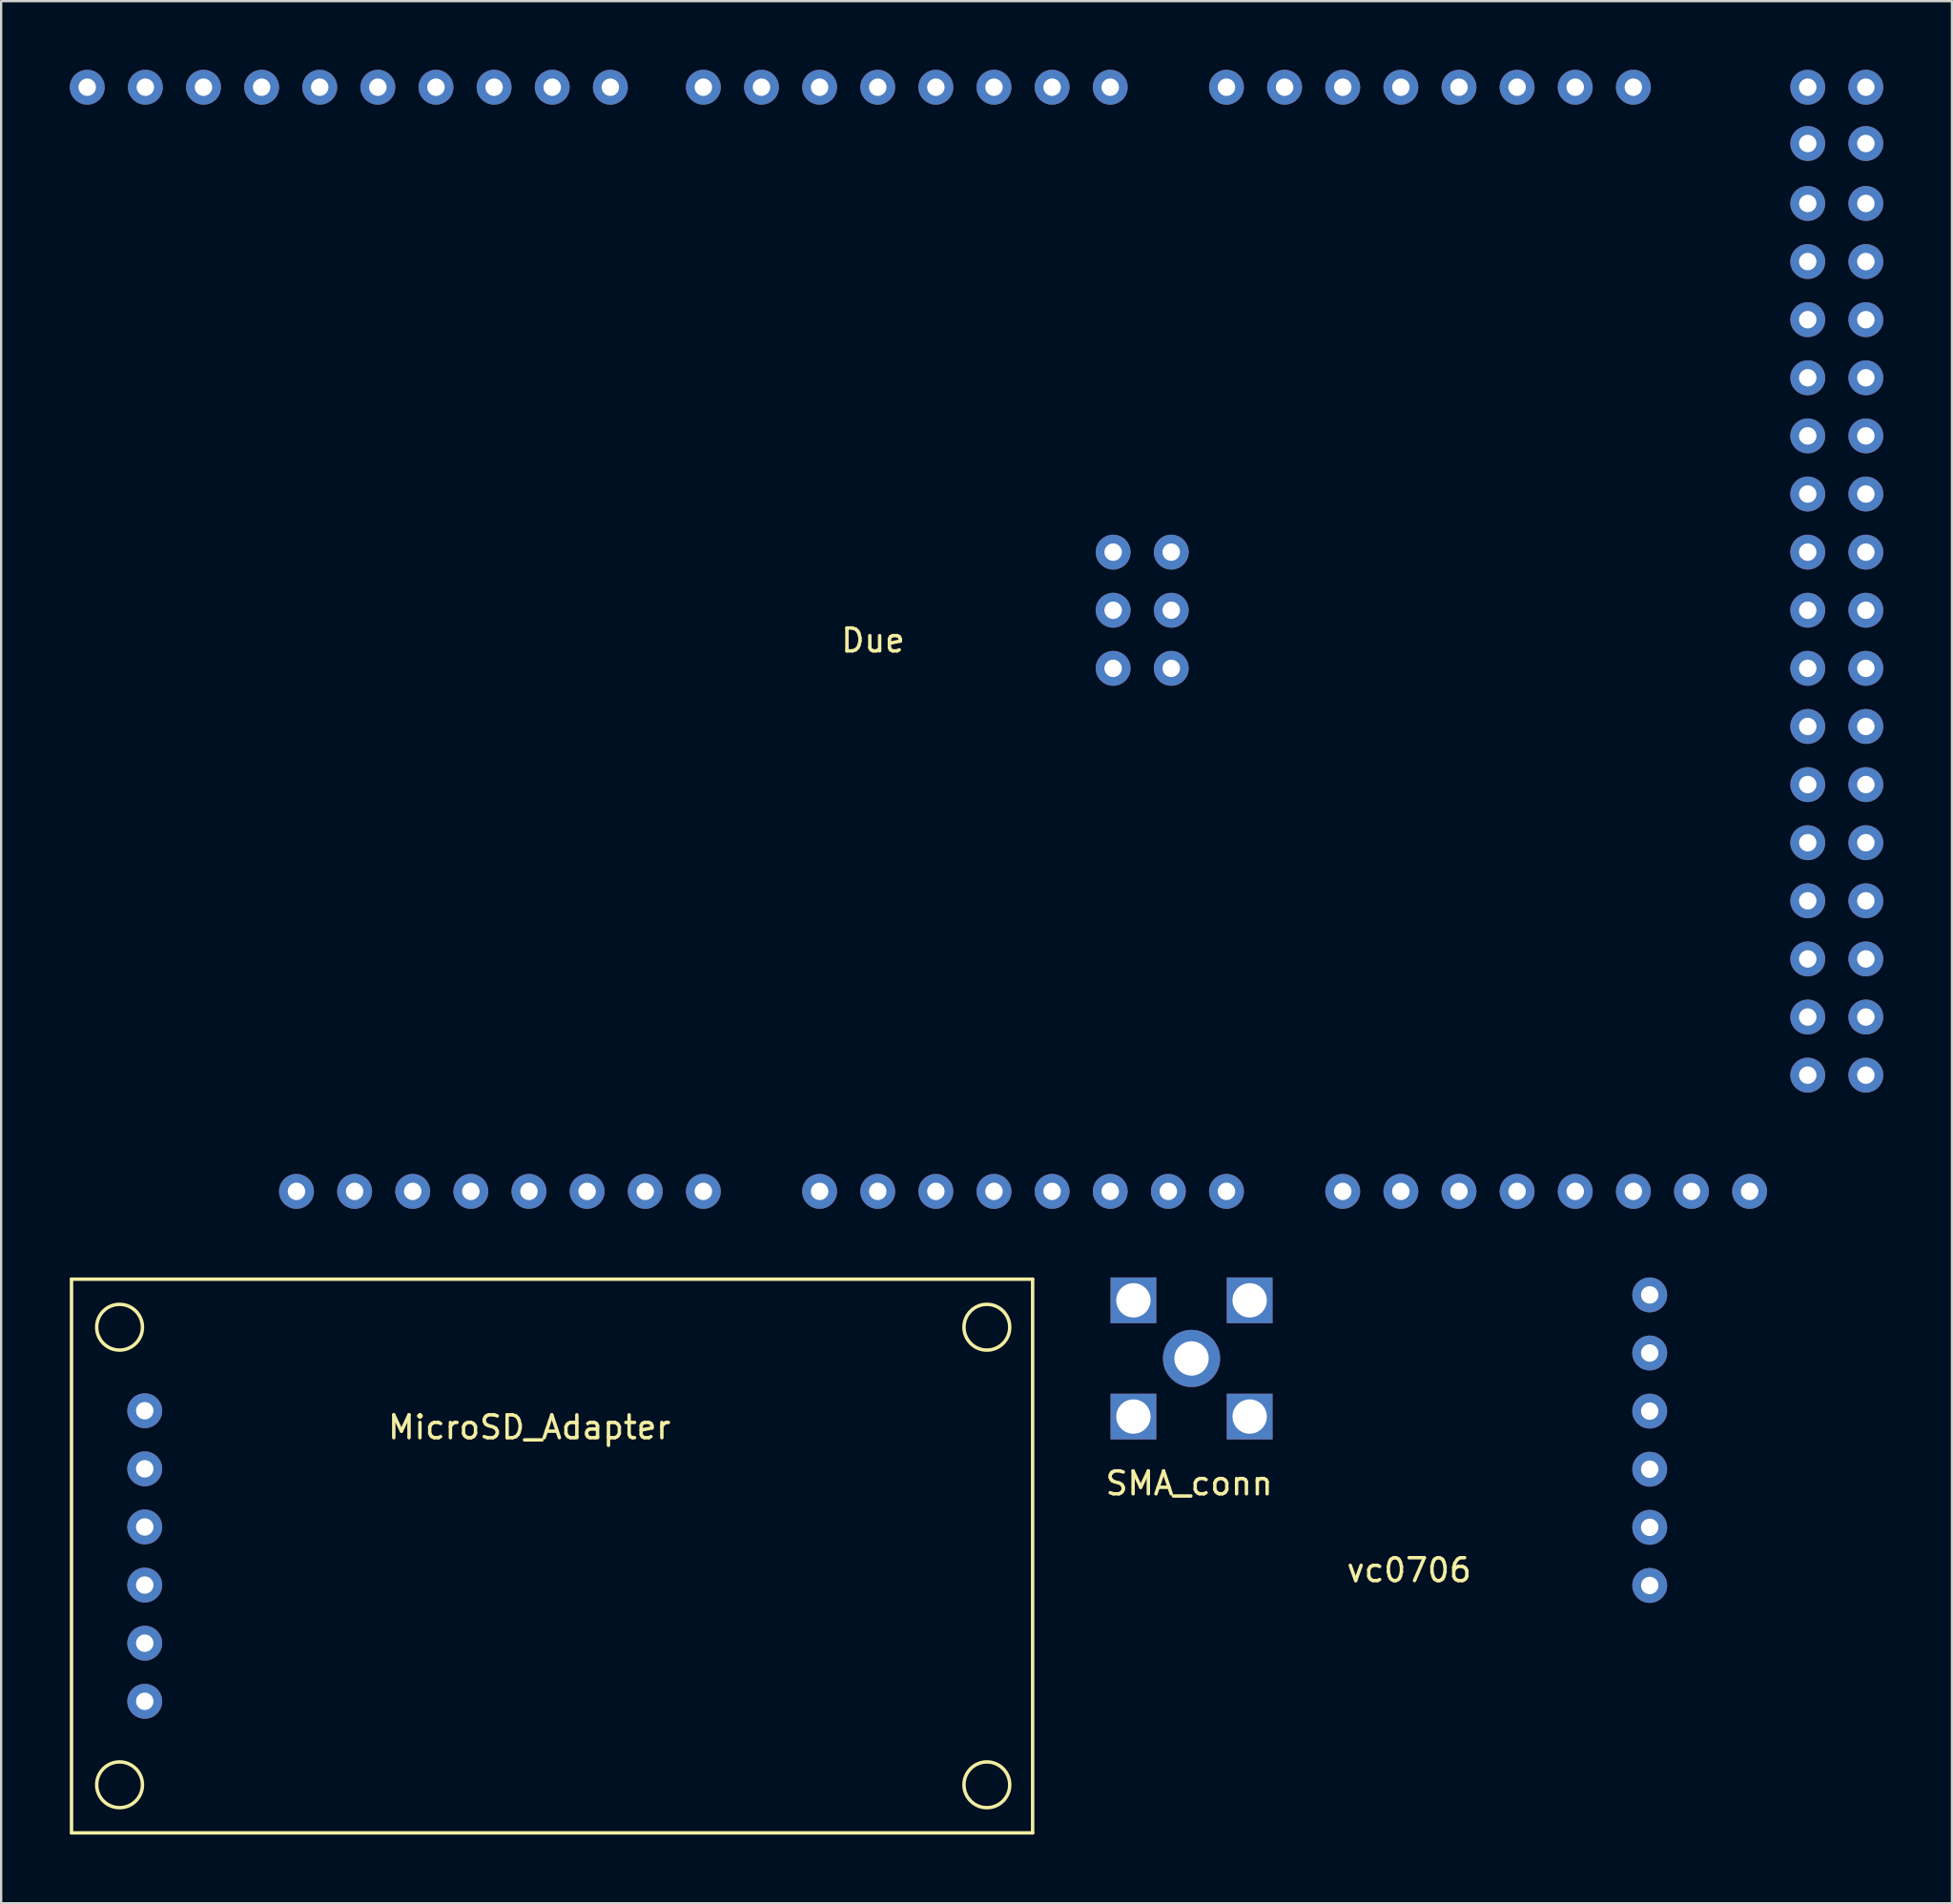
<source format=kicad_pcb>
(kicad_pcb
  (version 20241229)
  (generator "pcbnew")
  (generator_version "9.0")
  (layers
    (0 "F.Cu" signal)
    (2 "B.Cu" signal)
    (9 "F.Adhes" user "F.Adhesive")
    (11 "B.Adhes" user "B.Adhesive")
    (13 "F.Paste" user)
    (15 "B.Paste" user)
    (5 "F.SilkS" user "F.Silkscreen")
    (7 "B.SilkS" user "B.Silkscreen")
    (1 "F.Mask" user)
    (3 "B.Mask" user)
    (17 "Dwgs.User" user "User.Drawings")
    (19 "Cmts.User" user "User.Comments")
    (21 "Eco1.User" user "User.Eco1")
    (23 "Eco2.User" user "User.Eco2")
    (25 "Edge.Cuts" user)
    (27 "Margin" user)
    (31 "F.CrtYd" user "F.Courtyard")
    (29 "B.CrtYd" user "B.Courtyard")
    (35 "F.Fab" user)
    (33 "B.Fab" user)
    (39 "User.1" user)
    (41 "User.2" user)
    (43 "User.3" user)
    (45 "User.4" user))
  (footprint "Due"
    (layer "F.Cu")
    (at 46.863 23.622)
    (property "Reference" "Due" (at -11.76 1.321 0) (layer "F.SilkS") (effects (font (size 1 1) (thickness 0.15))))
    (attr through_hole)
    (pad "1" thru_hole circle (at -29.337 25.4) (size 1.524 1.524) (drill 0.762) (layers "*.Cu" "*.Mask"))
    (pad "2" thru_hole circle (at -26.797 25.4) (size 1.524 1.524) (drill 0.762) (layers "*.Cu" "*.Mask"))
    (pad "2" thru_hole circle (at 29.083 -22.86) (size 1.524 1.524) (drill 0.762) (layers "*.Cu" "*.Mask"))
    (pad "2" thru_hole circle (at 31.623 -22.86) (size 1.524 1.524) (drill 0.762) (layers "*.Cu" "*.Mask"))
    (pad "3" thru_hole circle (at -38.481 -22.86) (size 1.524 1.524) (drill 0.762) (layers "*.Cu" "*.Mask"))
    (pad "3" thru_hole circle (at -24.257 25.4) (size 1.524 1.524) (drill 0.762) (layers "*.Cu" "*.Mask"))
    (pad "3" thru_hole circle (at -21.717 25.4) (size 1.524 1.524) (drill 0.762) (layers "*.Cu" "*.Mask"))
    (pad "3" thru_hole circle (at 29.083 20.32) (size 1.524 1.524) (drill 0.762) (layers "*.Cu" "*.Mask"))
    (pad "3" thru_hole circle (at 31.623 20.32) (size 1.524 1.524) (drill 0.762) (layers "*.Cu" "*.Mask"))
    (pad "4" thru_hole circle (at -1.27 -2.54) (size 1.524 1.524) (drill 0.762) (layers "*.Cu" "*.Mask"))
    (pad "5" thru_hole circle (at 1.27 0) (size 1.524 1.524) (drill 0.762) (layers "*.Cu" "*.Mask"))
    (pad "6" thru_hole circle (at -1.27 0) (size 1.524 1.524) (drill 0.762) (layers "*.Cu" "*.Mask"))
    (pad "7" thru_hole circle (at 16.383 -22.86) (size 1.524 1.524) (drill 0.762) (layers "*.Cu" "*.Mask"))
    (pad "8" thru_hole circle (at 13.843 -22.86) (size 1.524 1.524) (drill 0.762) (layers "*.Cu" "*.Mask"))
    (pad "9" thru_hole circle (at 11.303 -22.86) (size 1.524 1.524) (drill 0.762) (layers "*.Cu" "*.Mask"))
    (pad "10" thru_hole circle (at 8.763 -22.86) (size 1.524 1.524) (drill 0.762) (layers "*.Cu" "*.Mask"))
    (pad "11" thru_hole circle (at 6.223 -22.86) (size 1.524 1.524) (drill 0.762) (layers "*.Cu" "*.Mask"))
    (pad "12" thru_hole circle (at 3.683 -22.86) (size 1.524 1.524) (drill 0.762) (layers "*.Cu" "*.Mask"))
    (pad "13" thru_hole circle (at 31.623 17.78) (size 1.524 1.524) (drill 0.762) (layers "*.Cu" "*.Mask"))
    (pad "14" thru_hole circle (at 31.623 15.24) (size 1.524 1.524) (drill 0.762) (layers "*.Cu" "*.Mask"))
    (pad "15" thru_hole circle (at 31.623 12.7) (size 1.524 1.524) (drill 0.762) (layers "*.Cu" "*.Mask"))
    (pad "16" thru_hole circle (at 31.623 10.16) (size 1.524 1.524) (drill 0.762) (layers "*.Cu" "*.Mask"))
    (pad "17" thru_hole circle (at 31.623 7.62) (size 1.524 1.524) (drill 0.762) (layers "*.Cu" "*.Mask"))
    (pad "18" thru_hole circle (at 31.623 5.08) (size 1.524 1.524) (drill 0.762) (layers "*.Cu" "*.Mask"))
    (pad "19" thru_hole circle (at 31.623 2.54) (size 1.524 1.524) (drill 0.762) (layers "*.Cu" "*.Mask"))
    (pad "20" thru_hole circle (at 31.623 0) (size 1.524 1.524) (drill 0.762) (layers "*.Cu" "*.Mask"))
    (pad "21" thru_hole circle (at -6.477 -22.86) (size 1.524 1.524) (drill 0.762) (layers "*.Cu" "*.Mask"))
    (pad "22" thru_hole circle (at 31.623 -2.54) (size 1.524 1.524) (drill 0.762) (layers "*.Cu" "*.Mask"))
    (pad "23" thru_hole circle (at 18.923 -22.86) (size 1.524 1.524) (drill 0.762) (layers "*.Cu" "*.Mask"))
    (pad "24" thru_hole circle (at 21.463 -22.86) (size 1.524 1.524) (drill 0.762) (layers "*.Cu" "*.Mask"))
    (pad "~" thru_hole circle (at -46.101 -22.86) (size 1.524 1.524) (drill 0.762) (layers "*.Cu" "*.Mask"))
    (pad "~" thru_hole circle (at -43.561 -22.86) (size 1.524 1.524) (drill 0.762) (layers "*.Cu" "*.Mask"))
    (pad "~" thru_hole circle (at -41.021 -22.86) (size 1.524 1.524) (drill 0.762) (layers "*.Cu" "*.Mask"))
    (pad "~" thru_hole circle (at -36.957 25.4 90) (size 1.524 1.524) (drill 0.762) (layers "*.Cu" "*.Mask"))
    (pad "~" thru_hole circle (at -35.941 -22.86) (size 1.524 1.524) (drill 0.762) (layers "*.Cu" "*.Mask"))
    (pad "~" thru_hole circle (at -34.417 25.4) (size 1.524 1.524) (drill 0.762) (layers "*.Cu" "*.Mask"))
    (pad "~" thru_hole circle (at -33.401 -22.86) (size 1.524 1.524) (drill 0.762) (layers "*.Cu" "*.Mask"))
    (pad "~" thru_hole circle (at -31.877 25.4) (size 1.524 1.524) (drill 0.762) (layers "*.Cu" "*.Mask"))
    (pad "~" thru_hole circle (at -30.861 -22.86) (size 1.524 1.524) (drill 0.762) (layers "*.Cu" "*.Mask"))
    (pad "~" thru_hole circle (at -28.321 -22.86) (size 1.524 1.524) (drill 0.762) (layers "*.Cu" "*.Mask"))
    (pad "~" thru_hole circle (at -25.781 -22.86) (size 1.524 1.524) (drill 0.762) (layers "*.Cu" "*.Mask"))
    (pad "~" thru_hole circle (at -23.241 -22.86) (size 1.524 1.524) (drill 0.762) (layers "*.Cu" "*.Mask"))
    (pad "~" thru_hole circle (at -19.177 -22.86) (size 1.524 1.524) (drill 0.762) (layers "*.Cu" "*.Mask"))
    (pad "~" thru_hole circle (at -19.177 25.4) (size 1.524 1.524) (drill 0.762) (layers "*.Cu" "*.Mask"))
    (pad "~" thru_hole circle (at -16.637 -22.86) (size 1.524 1.524) (drill 0.762) (layers "*.Cu" "*.Mask"))
    (pad "~" thru_hole circle (at -14.097 -22.86) (size 1.524 1.524) (drill 0.762) (layers "*.Cu" "*.Mask"))
    (pad "~" thru_hole circle (at -14.097 25.4 90) (size 1.524 1.524) (drill 0.762) (layers "*.Cu" "*.Mask"))
    (pad "~" thru_hole circle (at -11.557 -22.86) (size 1.524 1.524) (drill 0.762) (layers "*.Cu" "*.Mask"))
    (pad "~" thru_hole circle (at -11.557 25.4) (size 1.524 1.524) (drill 0.762) (layers "*.Cu" "*.Mask"))
    (pad "~" thru_hole circle (at -9.017 -22.86) (size 1.524 1.524) (drill 0.762) (layers "*.Cu" "*.Mask"))
    (pad "~" thru_hole circle (at -9.017 25.4) (size 1.524 1.524) (drill 0.762) (layers "*.Cu" "*.Mask"))
    (pad "~" thru_hole circle (at -6.477 25.4) (size 1.524 1.524) (drill 0.762) (layers "*.Cu" "*.Mask"))
    (pad "~" thru_hole circle (at -3.937 -22.86) (size 1.524 1.524) (drill 0.762) (layers "*.Cu" "*.Mask"))
    (pad "~" thru_hole circle (at -3.937 25.4) (size 1.524 1.524) (drill 0.762) (layers "*.Cu" "*.Mask"))
    (pad "~" thru_hole circle (at -1.397 -22.86) (size 1.524 1.524) (drill 0.762) (layers "*.Cu" "*.Mask"))
    (pad "~" thru_hole circle (at -1.397 25.4) (size 1.524 1.524) (drill 0.762) (layers "*.Cu" "*.Mask"))
    (pad "~" thru_hole circle (at -1.27 2.54) (size 1.524 1.524) (drill 0.762) (layers "*.Cu" "*.Mask"))
    (pad "~" thru_hole circle (at 1.143 25.4) (size 1.524 1.524) (drill 0.762) (layers "*.Cu" "*.Mask"))
    (pad "~" thru_hole circle (at 1.27 -2.54) (size 1.524 1.524) (drill 0.762) (layers "*.Cu" "*.Mask"))
    (pad "~" thru_hole circle (at 1.27 2.54) (size 1.524 1.524) (drill 0.762) (layers "*.Cu" "*.Mask"))
    (pad "~" thru_hole circle (at 3.683 25.4) (size 1.524 1.524) (drill 0.762) (layers "*.Cu" "*.Mask"))
    (pad "~" thru_hole circle (at 8.763 25.4 90) (size 1.524 1.524) (drill 0.762) (layers "*.Cu" "*.Mask"))
    (pad "~" thru_hole circle (at 11.303 25.4) (size 1.524 1.524) (drill 0.762) (layers "*.Cu" "*.Mask"))
    (pad "~" thru_hole circle (at 13.843 25.4) (size 1.524 1.524) (drill 0.762) (layers "*.Cu" "*.Mask"))
    (pad "~" thru_hole circle (at 16.383 25.4) (size 1.524 1.524) (drill 0.762) (layers "*.Cu" "*.Mask"))
    (pad "~" thru_hole circle (at 18.923 25.4) (size 1.524 1.524) (drill 0.762) (layers "*.Cu" "*.Mask"))
    (pad "~" thru_hole circle (at 21.463 25.4) (size 1.524 1.524) (drill 0.762) (layers "*.Cu" "*.Mask"))
    (pad "~" thru_hole circle (at 24.003 25.4) (size 1.524 1.524) (drill 0.762) (layers "*.Cu" "*.Mask"))
    (pad "~" thru_hole circle (at 26.543 25.4) (size 1.524 1.524) (drill 0.762) (layers "*.Cu" "*.Mask"))
    (pad "~" thru_hole circle (at 29.083 -20.4) (size 1.524 1.524) (drill 0.762) (layers "*.Cu" "*.Mask"))
    (pad "~" thru_hole circle (at 29.083 -17.78) (size 1.524 1.524) (drill 0.762) (layers "*.Cu" "*.Mask"))
    (pad "~" thru_hole circle (at 29.083 -15.24) (size 1.524 1.524) (drill 0.762) (layers "*.Cu" "*.Mask"))
    (pad "~" thru_hole circle (at 29.083 -12.7) (size 1.524 1.524) (drill 0.762) (layers "*.Cu" "*.Mask"))
    (pad "~" thru_hole circle (at 29.083 -10.16) (size 1.524 1.524) (drill 0.762) (layers "*.Cu" "*.Mask"))
    (pad "~" thru_hole circle (at 29.083 -7.62) (size 1.524 1.524) (drill 0.762) (layers "*.Cu" "*.Mask"))
    (pad "~" thru_hole circle (at 29.083 -5.08) (size 1.524 1.524) (drill 0.762) (layers "*.Cu" "*.Mask"))
    (pad "~" thru_hole circle (at 29.083 -2.54) (size 1.524 1.524) (drill 0.762) (layers "*.Cu" "*.Mask"))
    (pad "~" thru_hole circle (at 29.083 0) (size 1.524 1.524) (drill 0.762) (layers "*.Cu" "*.Mask"))
    (pad "~" thru_hole circle (at 29.083 2.54) (size 1.524 1.524) (drill 0.762) (layers "*.Cu" "*.Mask"))
    (pad "~" thru_hole circle (at 29.083 5.08) (size 1.524 1.524) (drill 0.762) (layers "*.Cu" "*.Mask"))
    (pad "~" thru_hole circle (at 29.083 7.62) (size 1.524 1.524) (drill 0.762) (layers "*.Cu" "*.Mask"))
    (pad "~" thru_hole circle (at 29.083 10.16) (size 1.524 1.524) (drill 0.762) (layers "*.Cu" "*.Mask"))
    (pad "~" thru_hole circle (at 29.083 12.7) (size 1.524 1.524) (drill 0.762) (layers "*.Cu" "*.Mask"))
    (pad "~" thru_hole circle (at 29.083 15.24) (size 1.524 1.524) (drill 0.762) (layers "*.Cu" "*.Mask"))
    (pad "~" thru_hole circle (at 29.083 17.78) (size 1.524 1.524) (drill 0.762) (layers "*.Cu" "*.Mask"))
    (pad "~" thru_hole circle (at 31.623 -20.4) (size 1.524 1.524) (drill 0.762) (layers "*.Cu" "*.Mask"))
    (pad "~" thru_hole circle (at 31.623 -17.78) (size 1.524 1.524) (drill 0.762) (layers "*.Cu" "*.Mask"))
    (pad "~" thru_hole circle (at 31.623 -15.24) (size 1.524 1.524) (drill 0.762) (layers "*.Cu" "*.Mask"))
    (pad "~" thru_hole circle (at 31.623 -12.7) (size 1.524 1.524) (drill 0.762) (layers "*.Cu" "*.Mask"))
    (pad "~" thru_hole circle (at 31.623 -10.16) (size 1.524 1.524) (drill 0.762) (layers "*.Cu" "*.Mask"))
    (pad "~" thru_hole circle (at 31.623 -7.62) (size 1.524 1.524) (drill 0.762) (layers "*.Cu" "*.Mask"))
    (pad "~" thru_hole circle (at 31.623 -5.08) (size 1.524 1.524) (drill 0.762) (layers "*.Cu" "*.Mask")))
  (footprint "vc0706"
    (layer "F.Cu")
    (at 69.041 59.896)
    (property "Reference" "vc0706" (at -10.516 5.682 0) (layer "F.SilkS") (effects (font (size 1 1) (thickness 0.15))))
    (attr through_hole)
    (pad "1" thru_hole circle (at 0 -1.27) (size 1.524 1.524) (drill 0.762) (layers "*.Cu" "*.Mask"))
    (pad "2" thru_hole circle (at 0 -3.81) (size 1.524 1.524) (drill 0.762) (layers "*.Cu" "*.Mask"))
    (pad "3" thru_hole circle (at 0 -6.35) (size 1.524 1.524) (drill 0.762) (layers "*.Cu" "*.Mask"))
    (pad "4" thru_hole circle (at 0 1.27) (size 1.524 1.524) (drill 0.762) (layers "*.Cu" "*.Mask"))
    (pad "5" thru_hole circle (at 0 3.81) (size 1.524 1.524) (drill 0.762) (layers "*.Cu" "*.Mask"))
    (pad "6" thru_hole circle (at 0 6.35) (size 1.524 1.524) (drill 0.762) (layers "*.Cu" "*.Mask")))
  (footprint "MicroSD_Adapter"
    (layer "F.Cu")
    (at 20.175 64.959)
    (property "Reference" "MicroSD_Adapter" (at -0.089 -5.626 0) (layer "F.SilkS") (effects (font (size 1 1) (thickness 0.15))))
    (attr through_hole)
    (fp_line (start -20.1 -12.1) (end -20.1 12.1) (stroke (width 0.15) (type solid)) (layer "F.SilkS"))
    (fp_line (start -20.1 -12.1) (end 21.9 -12.1) (stroke (width 0.15) (type solid)) (layer "F.SilkS"))
    (fp_line (start -20.1 12.1) (end 21.9 12.1) (stroke (width 0.15) (type solid)) (layer "F.SilkS"))
    (fp_line (start 21.9 -12.1) (end 21.9 12.1) (stroke (width 0.15) (type solid)) (layer "F.SilkS"))
    (fp_circle (center -18 -10) (end -17 -10) (stroke (width 0.15) (type solid)) (fill no) (layer "F.SilkS"))
    (fp_circle (center -18 10) (end -17 10) (stroke (width 0.15) (type solid)) (fill no) (layer "F.SilkS"))
    (fp_circle (center 19.9 -10) (end 20.9 -10) (stroke (width 0.15) (type solid)) (fill no) (layer "F.SilkS"))
    (fp_circle (center 19.9 10) (end 20.9 10) (stroke (width 0.15) (type solid)) (fill no) (layer "F.SilkS"))
    (pad "1" thru_hole circle (at -16.9 3.81) (size 1.524 1.524) (drill 0.762) (layers "*.Cu" "*.Mask"))
    (pad "2" thru_hole circle (at -16.9 6.35) (size 1.524 1.524) (drill 0.762) (layers "*.Cu" "*.Mask"))
    (pad "3" thru_hole circle (at -16.9 -1.27) (size 1.524 1.524) (drill 0.762) (layers "*.Cu" "*.Mask"))
    (pad "4" thru_hole circle (at -16.9 1.27) (size 1.524 1.524) (drill 0.762) (layers "*.Cu" "*.Mask"))
    (pad "5" thru_hole circle (at -16.9 -6.35) (size 1.524 1.524) (drill 0.762) (layers "*.Cu" "*.Mask"))
    (pad "6" thru_hole circle (at -16.9 -3.81) (size 1.524 1.524) (drill 0.762) (layers "*.Cu" "*.Mask")))
  (footprint "SMA_conn"
    (layer "F.Cu")
    (at 49.019 56.324)
    (property "Reference" "SMA_conn" (at -0.102 5.461 0) (layer "F.SilkS") (effects (font (size 1 1) (thickness 0.15))))
    (attr through_hole)
    (pad "1" thru_hole circle (at 0 0) (size 2.5 2.5) (drill 1.5) (layers "*.Cu" "*.Mask"))
    (pad "2" thru_hole rect (at -2.54 -2.54) (size 2 2) (drill 1.5) (layers "*.Cu" "*.Mask"))
    (pad "2" thru_hole rect (at -2.54 2.54) (size 2 2) (drill 1.5) (layers "*.Cu" "*.Mask"))
    (pad "2" thru_hole rect (at 2.54 -2.54) (size 2 2) (drill 1.5) (layers "*.Cu" "*.Mask"))
    (pad "2" thru_hole rect (at 2.54 2.54) (size 2 2) (drill 1.5) (layers "*.Cu" "*.Mask")))
  (gr_rect
    (start -3 -3)
    (end 82.248 80.134)
    (stroke (width 0.1) (type default))
    (fill no)
    (layer "Edge.Cuts")))
</source>
